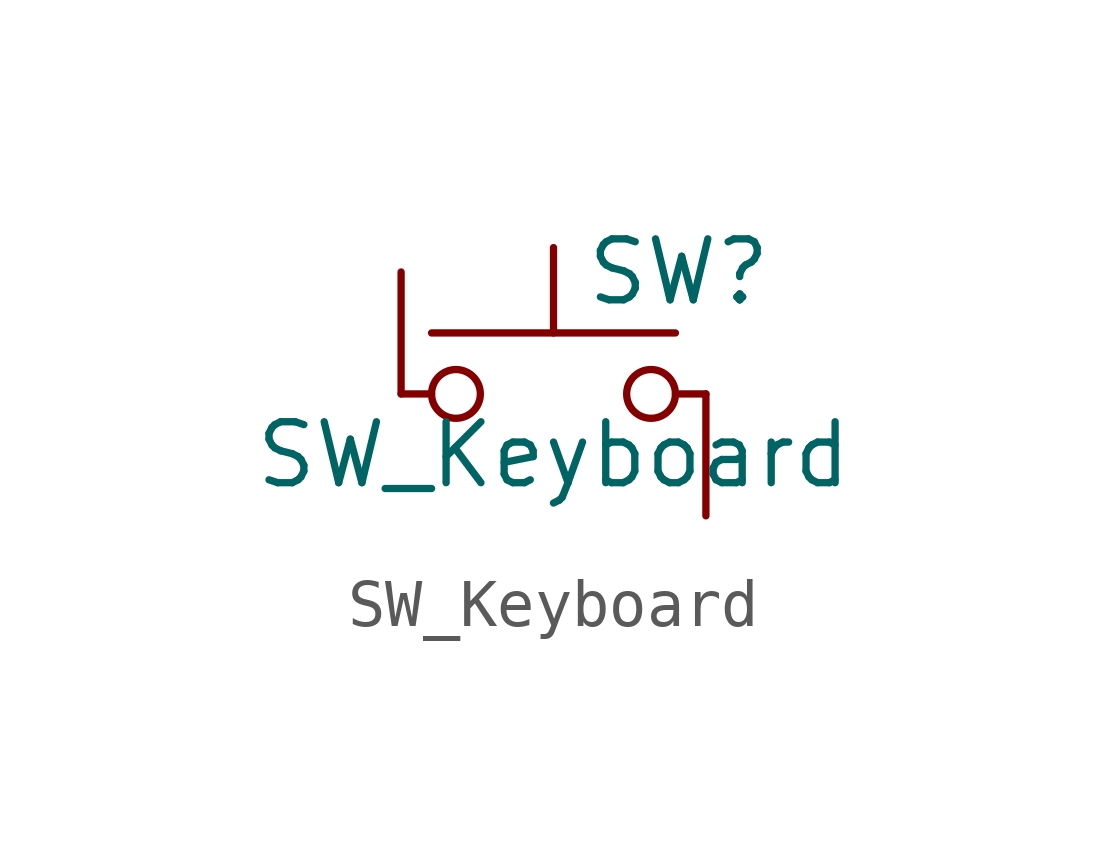
<source format=kicad_sym>
(kicad_symbol_lib
  (version 20231120)
  (generator "kicad_symbol_editor")
  (generator_version "8.0")
  (symbol "SW_Keyboard"
    (pin_numbers hide)
    (pin_names
      (offset 1.016) hide)
    (property "Reference" "SW"
      (at 0.635 2.54 0)
      (effects (font (size 1.27 1.27)) (justify left)))
    (property "Value" "SW_Keyboard"
      (at 0 -1.27 0)
      (effects (font (size 1.27 1.27))))
    (symbol "SW_Keyboard_0_1"
      (circle (center -2.032 0) (radius 0.508) (stroke (width 0) (type solid)) (fill (type none)))
      (polyline (pts (xy -3.175 0) (xy -2.54 0)) (stroke (width 0) (type solid)) (fill (type none)))
      (polyline (pts (xy 0 1.27) (xy 0 3.048)) (stroke (width 0) (type solid)) (fill (type none)))
      (polyline (pts (xy 2.54 0) (xy 3.175 0)) (stroke (width 0) (type solid)) (fill (type none)))
      (polyline (pts (xy 2.54 1.27) (xy -2.54 1.27)) (stroke (width 0) (type solid)) (fill (type none)))
      (circle (center 2.032 0) (radius 0.508) (stroke (width 0) (type solid)) (fill (type none)))
      (pin passive line (at 3.175 -2.54 90) (length 2.54) (name "2" (effects (font (size 1.27 1.27)))) (number "2" (effects (font (size 1.27 1.27))))))
    (symbol "SW_Keyboard_1_1"
      (pin passive line (at -3.175 2.54 270) (length 2.54) (name "1" (effects (font (size 1.27 1.27)))) (number "1" (effects (font (size 1.27 1.27))))))))
</source>
